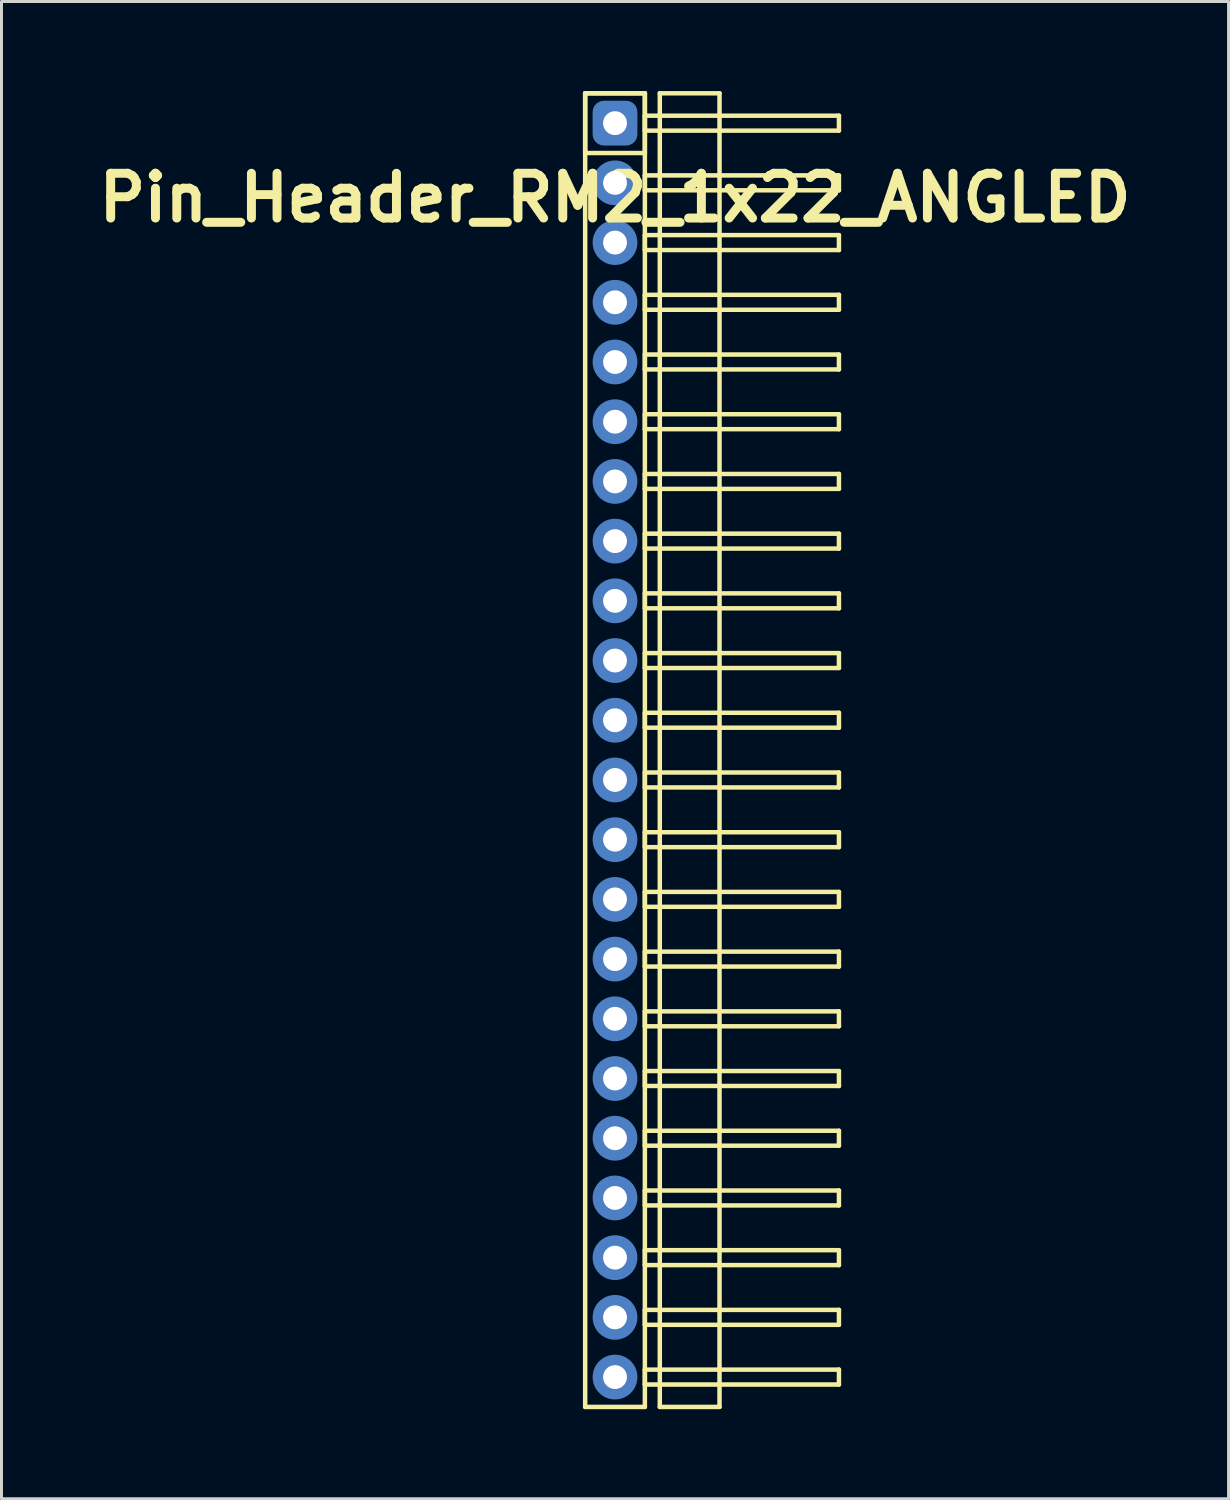
<source format=kicad_pcb>
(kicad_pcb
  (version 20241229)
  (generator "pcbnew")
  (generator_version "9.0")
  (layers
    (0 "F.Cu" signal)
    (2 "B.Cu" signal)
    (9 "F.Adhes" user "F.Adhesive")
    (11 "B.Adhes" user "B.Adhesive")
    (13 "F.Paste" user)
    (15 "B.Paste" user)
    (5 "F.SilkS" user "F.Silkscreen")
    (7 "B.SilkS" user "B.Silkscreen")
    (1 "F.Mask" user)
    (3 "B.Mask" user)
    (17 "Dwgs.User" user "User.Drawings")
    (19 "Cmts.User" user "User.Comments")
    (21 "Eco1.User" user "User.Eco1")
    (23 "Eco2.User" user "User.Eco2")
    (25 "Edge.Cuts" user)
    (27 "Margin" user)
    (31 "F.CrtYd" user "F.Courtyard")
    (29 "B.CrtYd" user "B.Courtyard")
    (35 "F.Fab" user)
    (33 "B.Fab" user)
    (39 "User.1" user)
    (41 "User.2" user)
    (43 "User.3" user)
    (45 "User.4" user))
  (footprint "Pin_Header_RM2_1x22_ANGLED"
    (layer "F.Cu")
    (at 17.55 1.075)
    (property "Reference" "Pin_Header_RM2_1x22_ANGLED" (at 0 2.5 0) (layer "F.SilkS") (effects (font (size 1.5 1.5) (thickness 0.3))))
    (attr through_hole)
    (fp_line (start -1 -1) (end 1 -1) (stroke (width 0.15) (type solid)) (layer "F.SilkS"))
    (fp_line (start -1 -1) (end 1 -1) (stroke (width 0.15) (type solid)) (layer "F.SilkS"))
    (fp_line (start -1 1) (end -1 -1) (stroke (width 0.15) (type solid)) (layer "F.SilkS"))
    (fp_line (start -1 43) (end -1 -1) (stroke (width 0.15) (type solid)) (layer "F.SilkS"))
    (fp_line (start 1 -1) (end 1 1) (stroke (width 0.15) (type solid)) (layer "F.SilkS"))
    (fp_line (start 1 -1) (end 1 43) (stroke (width 0.15) (type solid)) (layer "F.SilkS"))
    (fp_line (start 1 -0.25) (end 7.5 -0.25) (stroke (width 0.15) (type solid)) (layer "F.SilkS"))
    (fp_line (start 1 0.25) (end 1 -0.25) (stroke (width 0.15) (type solid)) (layer "F.SilkS"))
    (fp_line (start 1 1) (end -1 1) (stroke (width 0.15) (type solid)) (layer "F.SilkS"))
    (fp_line (start 1 1.75) (end 7.5 1.75) (stroke (width 0.15) (type solid)) (layer "F.SilkS"))
    (fp_line (start 1 2.25) (end 1 1.75) (stroke (width 0.15) (type solid)) (layer "F.SilkS"))
    (fp_line (start 1 3.75) (end 7.5 3.75) (stroke (width 0.15) (type solid)) (layer "F.SilkS"))
    (fp_line (start 1 4.25) (end 1 3.75) (stroke (width 0.15) (type solid)) (layer "F.SilkS"))
    (fp_line (start 1 5.75) (end 7.5 5.75) (stroke (width 0.15) (type solid)) (layer "F.SilkS"))
    (fp_line (start 1 6.25) (end 1 5.75) (stroke (width 0.15) (type solid)) (layer "F.SilkS"))
    (fp_line (start 1 7.75) (end 7.5 7.75) (stroke (width 0.15) (type solid)) (layer "F.SilkS"))
    (fp_line (start 1 8.25) (end 1 7.75) (stroke (width 0.15) (type solid)) (layer "F.SilkS"))
    (fp_line (start 1 9.75) (end 7.5 9.75) (stroke (width 0.15) (type solid)) (layer "F.SilkS"))
    (fp_line (start 1 10.25) (end 1 9.75) (stroke (width 0.15) (type solid)) (layer "F.SilkS"))
    (fp_line (start 1 11.75) (end 7.5 11.75) (stroke (width 0.15) (type solid)) (layer "F.SilkS"))
    (fp_line (start 1 12.25) (end 1 11.75) (stroke (width 0.15) (type solid)) (layer "F.SilkS"))
    (fp_line (start 1 13.75) (end 7.5 13.75) (stroke (width 0.15) (type solid)) (layer "F.SilkS"))
    (fp_line (start 1 14.25) (end 1 13.75) (stroke (width 0.15) (type solid)) (layer "F.SilkS"))
    (fp_line (start 1 15.75) (end 7.5 15.75) (stroke (width 0.15) (type solid)) (layer "F.SilkS"))
    (fp_line (start 1 16.25) (end 1 15.75) (stroke (width 0.15) (type solid)) (layer "F.SilkS"))
    (fp_line (start 1 17.75) (end 7.5 17.75) (stroke (width 0.15) (type solid)) (layer "F.SilkS"))
    (fp_line (start 1 18.25) (end 1 17.75) (stroke (width 0.15) (type solid)) (layer "F.SilkS"))
    (fp_line (start 1 19.75) (end 7.5 19.75) (stroke (width 0.15) (type solid)) (layer "F.SilkS"))
    (fp_line (start 1 20.25) (end 1 19.75) (stroke (width 0.15) (type solid)) (layer "F.SilkS"))
    (fp_line (start 1 21.75) (end 7.5 21.75) (stroke (width 0.15) (type solid)) (layer "F.SilkS"))
    (fp_line (start 1 22.25) (end 1 21.75) (stroke (width 0.15) (type solid)) (layer "F.SilkS"))
    (fp_line (start 1 23.75) (end 7.5 23.75) (stroke (width 0.15) (type solid)) (layer "F.SilkS"))
    (fp_line (start 1 24.25) (end 1 23.75) (stroke (width 0.15) (type solid)) (layer "F.SilkS"))
    (fp_line (start 1 25.75) (end 7.5 25.75) (stroke (width 0.15) (type solid)) (layer "F.SilkS"))
    (fp_line (start 1 26.25) (end 1 25.75) (stroke (width 0.15) (type solid)) (layer "F.SilkS"))
    (fp_line (start 1 27.75) (end 7.5 27.75) (stroke (width 0.15) (type solid)) (layer "F.SilkS"))
    (fp_line (start 1 28.25) (end 1 27.75) (stroke (width 0.15) (type solid)) (layer "F.SilkS"))
    (fp_line (start 1 29.75) (end 7.5 29.75) (stroke (width 0.15) (type solid)) (layer "F.SilkS"))
    (fp_line (start 1 30.25) (end 1 29.75) (stroke (width 0.15) (type solid)) (layer "F.SilkS"))
    (fp_line (start 1 31.75) (end 7.5 31.75) (stroke (width 0.15) (type solid)) (layer "F.SilkS"))
    (fp_line (start 1 32.25) (end 1 31.75) (stroke (width 0.15) (type solid)) (layer "F.SilkS"))
    (fp_line (start 1 33.75) (end 7.5 33.75) (stroke (width 0.15) (type solid)) (layer "F.SilkS"))
    (fp_line (start 1 34.25) (end 1 33.75) (stroke (width 0.15) (type solid)) (layer "F.SilkS"))
    (fp_line (start 1 35.75) (end 7.5 35.75) (stroke (width 0.15) (type solid)) (layer "F.SilkS"))
    (fp_line (start 1 36.25) (end 1 35.75) (stroke (width 0.15) (type solid)) (layer "F.SilkS"))
    (fp_line (start 1 37.75) (end 7.5 37.75) (stroke (width 0.15) (type solid)) (layer "F.SilkS"))
    (fp_line (start 1 38.25) (end 1 37.75) (stroke (width 0.15) (type solid)) (layer "F.SilkS"))
    (fp_line (start 1 39.75) (end 7.5 39.75) (stroke (width 0.15) (type solid)) (layer "F.SilkS"))
    (fp_line (start 1 40.25) (end 1 39.75) (stroke (width 0.15) (type solid)) (layer "F.SilkS"))
    (fp_line (start 1 41.75) (end 7.5 41.75) (stroke (width 0.15) (type solid)) (layer "F.SilkS"))
    (fp_line (start 1 42.25) (end 1 41.75) (stroke (width 0.15) (type solid)) (layer "F.SilkS"))
    (fp_line (start 1 43) (end -1 43) (stroke (width 0.15) (type solid)) (layer "F.SilkS"))
    (fp_line (start 1.5 -1) (end 3.5 -1) (stroke (width 0.15) (type solid)) (layer "F.SilkS"))
    (fp_line (start 1.5 43) (end 1.5 -1) (stroke (width 0.15) (type solid)) (layer "F.SilkS"))
    (fp_line (start 3.5 -1) (end 3.5 43) (stroke (width 0.15) (type solid)) (layer "F.SilkS"))
    (fp_line (start 3.5 43) (end 1.5 43) (stroke (width 0.15) (type solid)) (layer "F.SilkS"))
    (fp_line (start 7.5 -0.25) (end 7.5 0.25) (stroke (width 0.15) (type solid)) (layer "F.SilkS"))
    (fp_line (start 7.5 0.25) (end 1 0.25) (stroke (width 0.15) (type solid)) (layer "F.SilkS"))
    (fp_line (start 7.5 1.75) (end 7.5 2.25) (stroke (width 0.15) (type solid)) (layer "F.SilkS"))
    (fp_line (start 7.5 2.25) (end 1 2.25) (stroke (width 0.15) (type solid)) (layer "F.SilkS"))
    (fp_line (start 7.5 3.75) (end 7.5 4.25) (stroke (width 0.15) (type solid)) (layer "F.SilkS"))
    (fp_line (start 7.5 4.25) (end 1 4.25) (stroke (width 0.15) (type solid)) (layer "F.SilkS"))
    (fp_line (start 7.5 5.75) (end 7.5 6.25) (stroke (width 0.15) (type solid)) (layer "F.SilkS"))
    (fp_line (start 7.5 6.25) (end 1 6.25) (stroke (width 0.15) (type solid)) (layer "F.SilkS"))
    (fp_line (start 7.5 7.75) (end 7.5 8.25) (stroke (width 0.15) (type solid)) (layer "F.SilkS"))
    (fp_line (start 7.5 8.25) (end 1 8.25) (stroke (width 0.15) (type solid)) (layer "F.SilkS"))
    (fp_line (start 7.5 9.75) (end 7.5 10.25) (stroke (width 0.15) (type solid)) (layer "F.SilkS"))
    (fp_line (start 7.5 10.25) (end 1 10.25) (stroke (width 0.15) (type solid)) (layer "F.SilkS"))
    (fp_line (start 7.5 11.75) (end 7.5 12.25) (stroke (width 0.15) (type solid)) (layer "F.SilkS"))
    (fp_line (start 7.5 12.25) (end 1 12.25) (stroke (width 0.15) (type solid)) (layer "F.SilkS"))
    (fp_line (start 7.5 13.75) (end 7.5 14.25) (stroke (width 0.15) (type solid)) (layer "F.SilkS"))
    (fp_line (start 7.5 14.25) (end 1 14.25) (stroke (width 0.15) (type solid)) (layer "F.SilkS"))
    (fp_line (start 7.5 15.75) (end 7.5 16.25) (stroke (width 0.15) (type solid)) (layer "F.SilkS"))
    (fp_line (start 7.5 16.25) (end 1 16.25) (stroke (width 0.15) (type solid)) (layer "F.SilkS"))
    (fp_line (start 7.5 17.75) (end 7.5 18.25) (stroke (width 0.15) (type solid)) (layer "F.SilkS"))
    (fp_line (start 7.5 18.25) (end 1 18.25) (stroke (width 0.15) (type solid)) (layer "F.SilkS"))
    (fp_line (start 7.5 19.75) (end 7.5 20.25) (stroke (width 0.15) (type solid)) (layer "F.SilkS"))
    (fp_line (start 7.5 20.25) (end 1 20.25) (stroke (width 0.15) (type solid)) (layer "F.SilkS"))
    (fp_line (start 7.5 21.75) (end 7.5 22.25) (stroke (width 0.15) (type solid)) (layer "F.SilkS"))
    (fp_line (start 7.5 22.25) (end 1 22.25) (stroke (width 0.15) (type solid)) (layer "F.SilkS"))
    (fp_line (start 7.5 23.75) (end 7.5 24.25) (stroke (width 0.15) (type solid)) (layer "F.SilkS"))
    (fp_line (start 7.5 24.25) (end 1 24.25) (stroke (width 0.15) (type solid)) (layer "F.SilkS"))
    (fp_line (start 7.5 25.75) (end 7.5 26.25) (stroke (width 0.15) (type solid)) (layer "F.SilkS"))
    (fp_line (start 7.5 26.25) (end 1 26.25) (stroke (width 0.15) (type solid)) (layer "F.SilkS"))
    (fp_line (start 7.5 27.75) (end 7.5 28.25) (stroke (width 0.15) (type solid)) (layer "F.SilkS"))
    (fp_line (start 7.5 28.25) (end 1 28.25) (stroke (width 0.15) (type solid)) (layer "F.SilkS"))
    (fp_line (start 7.5 29.75) (end 7.5 30.25) (stroke (width 0.15) (type solid)) (layer "F.SilkS"))
    (fp_line (start 7.5 30.25) (end 1 30.25) (stroke (width 0.15) (type solid)) (layer "F.SilkS"))
    (fp_line (start 7.5 31.75) (end 7.5 32.25) (stroke (width 0.15) (type solid)) (layer "F.SilkS"))
    (fp_line (start 7.5 32.25) (end 1 32.25) (stroke (width 0.15) (type solid)) (layer "F.SilkS"))
    (fp_line (start 7.5 33.75) (end 7.5 34.25) (stroke (width 0.15) (type solid)) (layer "F.SilkS"))
    (fp_line (start 7.5 34.25) (end 1 34.25) (stroke (width 0.15) (type solid)) (layer "F.SilkS"))
    (fp_line (start 7.5 35.75) (end 7.5 36.25) (stroke (width 0.15) (type solid)) (layer "F.SilkS"))
    (fp_line (start 7.5 36.25) (end 1 36.25) (stroke (width 0.15) (type solid)) (layer "F.SilkS"))
    (fp_line (start 7.5 37.75) (end 7.5 38.25) (stroke (width 0.15) (type solid)) (layer "F.SilkS"))
    (fp_line (start 7.5 38.25) (end 1 38.25) (stroke (width 0.15) (type solid)) (layer "F.SilkS"))
    (fp_line (start 7.5 39.75) (end 7.5 40.25) (stroke (width 0.15) (type solid)) (layer "F.SilkS"))
    (fp_line (start 7.5 40.25) (end 1 40.25) (stroke (width 0.15) (type solid)) (layer "F.SilkS"))
    (fp_line (start 7.5 41.75) (end 7.5 42.25) (stroke (width 0.15) (type solid)) (layer "F.SilkS"))
    (fp_line (start 7.5 42.25) (end 1 42.25) (stroke (width 0.15) (type solid)) (layer "F.SilkS"))
    (pad "1" thru_hole circle (at 0 0) (size 1.1 1.1) (drill 0.8) (layers "*.Cu" "*.Mask"))
    (pad "1" smd roundrect (at 0 0) (size 1.25 1.25) (layers "F.Cu" "F.Mask") (roundrect_rratio 0.25))
    (pad "1" smd roundrect (at 0 0) (size 1.5 1.5) (layers "B.Cu" "B.Mask") (roundrect_rratio 0.25))
    (pad "2" thru_hole circle (at 0 2) (size 1.1 1.1) (drill 0.8) (layers "*.Cu" "*.Mask"))
    (pad "2" smd circle (at 0 2) (size 1.25 1.25) (layers "F.Cu" "F.Mask"))
    (pad "2" smd circle (at 0 2) (size 1.5 1.5) (layers "B.Cu" "B.Mask"))
    (pad "3" thru_hole circle (at 0 4) (size 1.1 1.1) (drill 0.8) (layers "*.Cu" "*.Mask"))
    (pad "3" smd circle (at 0 4) (size 1.25 1.25) (layers "F.Cu" "F.Mask"))
    (pad "3" smd circle (at 0 4) (size 1.5 1.5) (layers "B.Cu" "B.Mask"))
    (pad "4" thru_hole circle (at 0 6) (size 1.1 1.1) (drill 0.8) (layers "*.Cu" "*.Mask"))
    (pad "4" smd circle (at 0 6) (size 1.25 1.25) (layers "F.Cu" "F.Mask"))
    (pad "4" smd circle (at 0 6) (size 1.5 1.5) (layers "B.Cu" "B.Mask"))
    (pad "5" thru_hole circle (at 0 8) (size 1.1 1.1) (drill 0.8) (layers "*.Cu" "*.Mask"))
    (pad "5" smd circle (at 0 8) (size 1.25 1.25) (layers "F.Cu" "F.Mask"))
    (pad "5" smd circle (at 0 8) (size 1.5 1.5) (layers "B.Cu" "B.Mask"))
    (pad "6" thru_hole circle (at 0 10) (size 1.1 1.1) (drill 0.8) (layers "*.Cu" "*.Mask"))
    (pad "6" smd circle (at 0 10) (size 1.25 1.25) (layers "F.Cu" "F.Mask"))
    (pad "6" smd circle (at 0 10) (size 1.5 1.5) (layers "B.Cu" "B.Mask"))
    (pad "7" thru_hole circle (at 0 12) (size 1.1 1.1) (drill 0.8) (layers "*.Cu" "*.Mask"))
    (pad "7" smd circle (at 0 12) (size 1.25 1.25) (layers "F.Cu" "F.Mask"))
    (pad "7" smd circle (at 0 12) (size 1.5 1.5) (layers "B.Cu" "B.Mask"))
    (pad "8" thru_hole circle (at 0 14) (size 1.1 1.1) (drill 0.8) (layers "*.Cu" "*.Mask"))
    (pad "8" smd circle (at 0 14) (size 1.25 1.25) (layers "F.Cu" "F.Mask"))
    (pad "8" smd circle (at 0 14) (size 1.5 1.5) (layers "B.Cu" "B.Mask"))
    (pad "9" thru_hole circle (at 0 16) (size 1.1 1.1) (drill 0.8) (layers "*.Cu" "*.Mask"))
    (pad "9" smd circle (at 0 16) (size 1.25 1.25) (layers "F.Cu" "F.Mask"))
    (pad "9" smd circle (at 0 16) (size 1.5 1.5) (layers "B.Cu" "B.Mask"))
    (pad "10" thru_hole circle (at 0 18) (size 1.1 1.1) (drill 0.8) (layers "*.Cu" "*.Mask"))
    (pad "10" smd circle (at 0 18) (size 1.25 1.25) (layers "F.Cu" "F.Mask"))
    (pad "10" smd circle (at 0 18) (size 1.5 1.5) (layers "B.Cu" "B.Mask"))
    (pad "11" thru_hole circle (at 0 20) (size 1.1 1.1) (drill 0.8) (layers "*.Cu" "*.Mask"))
    (pad "11" smd circle (at 0 20) (size 1.25 1.25) (layers "F.Cu" "F.Mask"))
    (pad "11" smd circle (at 0 20) (size 1.5 1.5) (layers "B.Cu" "B.Mask"))
    (pad "12" thru_hole circle (at 0 22) (size 1.1 1.1) (drill 0.8) (layers "*.Cu" "*.Mask"))
    (pad "12" smd circle (at 0 22) (size 1.25 1.25) (layers "F.Cu" "F.Mask"))
    (pad "12" smd circle (at 0 22) (size 1.5 1.5) (layers "B.Cu" "B.Mask"))
    (pad "13" thru_hole circle (at 0 24) (size 1.1 1.1) (drill 0.8) (layers "*.Cu" "*.Mask"))
    (pad "13" smd circle (at 0 24) (size 1.25 1.25) (layers "F.Cu" "F.Mask"))
    (pad "13" smd circle (at 0 24) (size 1.5 1.5) (layers "B.Cu" "B.Mask"))
    (pad "14" thru_hole circle (at 0 26) (size 1.1 1.1) (drill 0.8) (layers "*.Cu" "*.Mask"))
    (pad "14" smd circle (at 0 26) (size 1.25 1.25) (layers "F.Cu" "F.Mask"))
    (pad "14" smd circle (at 0 26) (size 1.5 1.5) (layers "B.Cu" "B.Mask"))
    (pad "15" thru_hole circle (at 0 28) (size 1.1 1.1) (drill 0.8) (layers "*.Cu" "*.Mask"))
    (pad "15" smd circle (at 0 28) (size 1.25 1.25) (layers "F.Cu" "F.Mask"))
    (pad "15" smd circle (at 0 28) (size 1.5 1.5) (layers "B.Cu" "B.Mask"))
    (pad "16" thru_hole circle (at 0 30) (size 1.1 1.1) (drill 0.8) (layers "*.Cu" "*.Mask"))
    (pad "16" smd circle (at 0 30) (size 1.25 1.25) (layers "F.Cu" "F.Mask"))
    (pad "16" smd circle (at 0 30) (size 1.5 1.5) (layers "B.Cu" "B.Mask"))
    (pad "17" thru_hole circle (at 0 32) (size 1.1 1.1) (drill 0.8) (layers "*.Cu" "*.Mask"))
    (pad "17" smd circle (at 0 32) (size 1.25 1.25) (layers "F.Cu" "F.Mask"))
    (pad "17" smd circle (at 0 32) (size 1.5 1.5) (layers "B.Cu" "B.Mask"))
    (pad "18" thru_hole circle (at 0 34) (size 1.1 1.1) (drill 0.8) (layers "*.Cu" "*.Mask"))
    (pad "18" smd circle (at 0 34) (size 1.25 1.25) (layers "F.Cu" "F.Mask"))
    (pad "18" smd circle (at 0 34) (size 1.5 1.5) (layers "B.Cu" "B.Mask"))
    (pad "19" thru_hole circle (at 0 36) (size 1.1 1.1) (drill 0.8) (layers "*.Cu" "*.Mask"))
    (pad "19" smd circle (at 0 36) (size 1.25 1.25) (layers "F.Cu" "F.Mask"))
    (pad "19" smd circle (at 0 36) (size 1.5 1.5) (layers "B.Cu" "B.Mask"))
    (pad "20" thru_hole circle (at 0 38) (size 1.1 1.1) (drill 0.8) (layers "*.Cu" "*.Mask"))
    (pad "20" smd circle (at 0 38) (size 1.25 1.25) (layers "F.Cu" "F.Mask"))
    (pad "20" smd circle (at 0 38) (size 1.5 1.5) (layers "B.Cu" "B.Mask"))
    (pad "21" thru_hole circle (at 0 40) (size 1.1 1.1) (drill 0.8) (layers "*.Cu" "*.Mask"))
    (pad "21" smd circle (at 0 40) (size 1.25 1.25) (layers "F.Cu" "F.Mask"))
    (pad "21" smd circle (at 0 40) (size 1.5 1.5) (layers "B.Cu" "B.Mask"))
    (pad "22" thru_hole circle (at 0 42) (size 1.1 1.1) (drill 0.8) (layers "*.Cu" "*.Mask"))
    (pad "22" smd circle (at 0 42) (size 1.25 1.25) (layers "F.Cu" "F.Mask"))
    (pad "22" smd circle (at 0 42) (size 1.5 1.5) (layers "B.Cu" "B.Mask")))
  (gr_rect
    (start -3 -3)
    (end 38.1 47.15)
    (stroke (width 0.1) (type default))
    (fill no)
    (layer "Edge.Cuts")))
</source>
